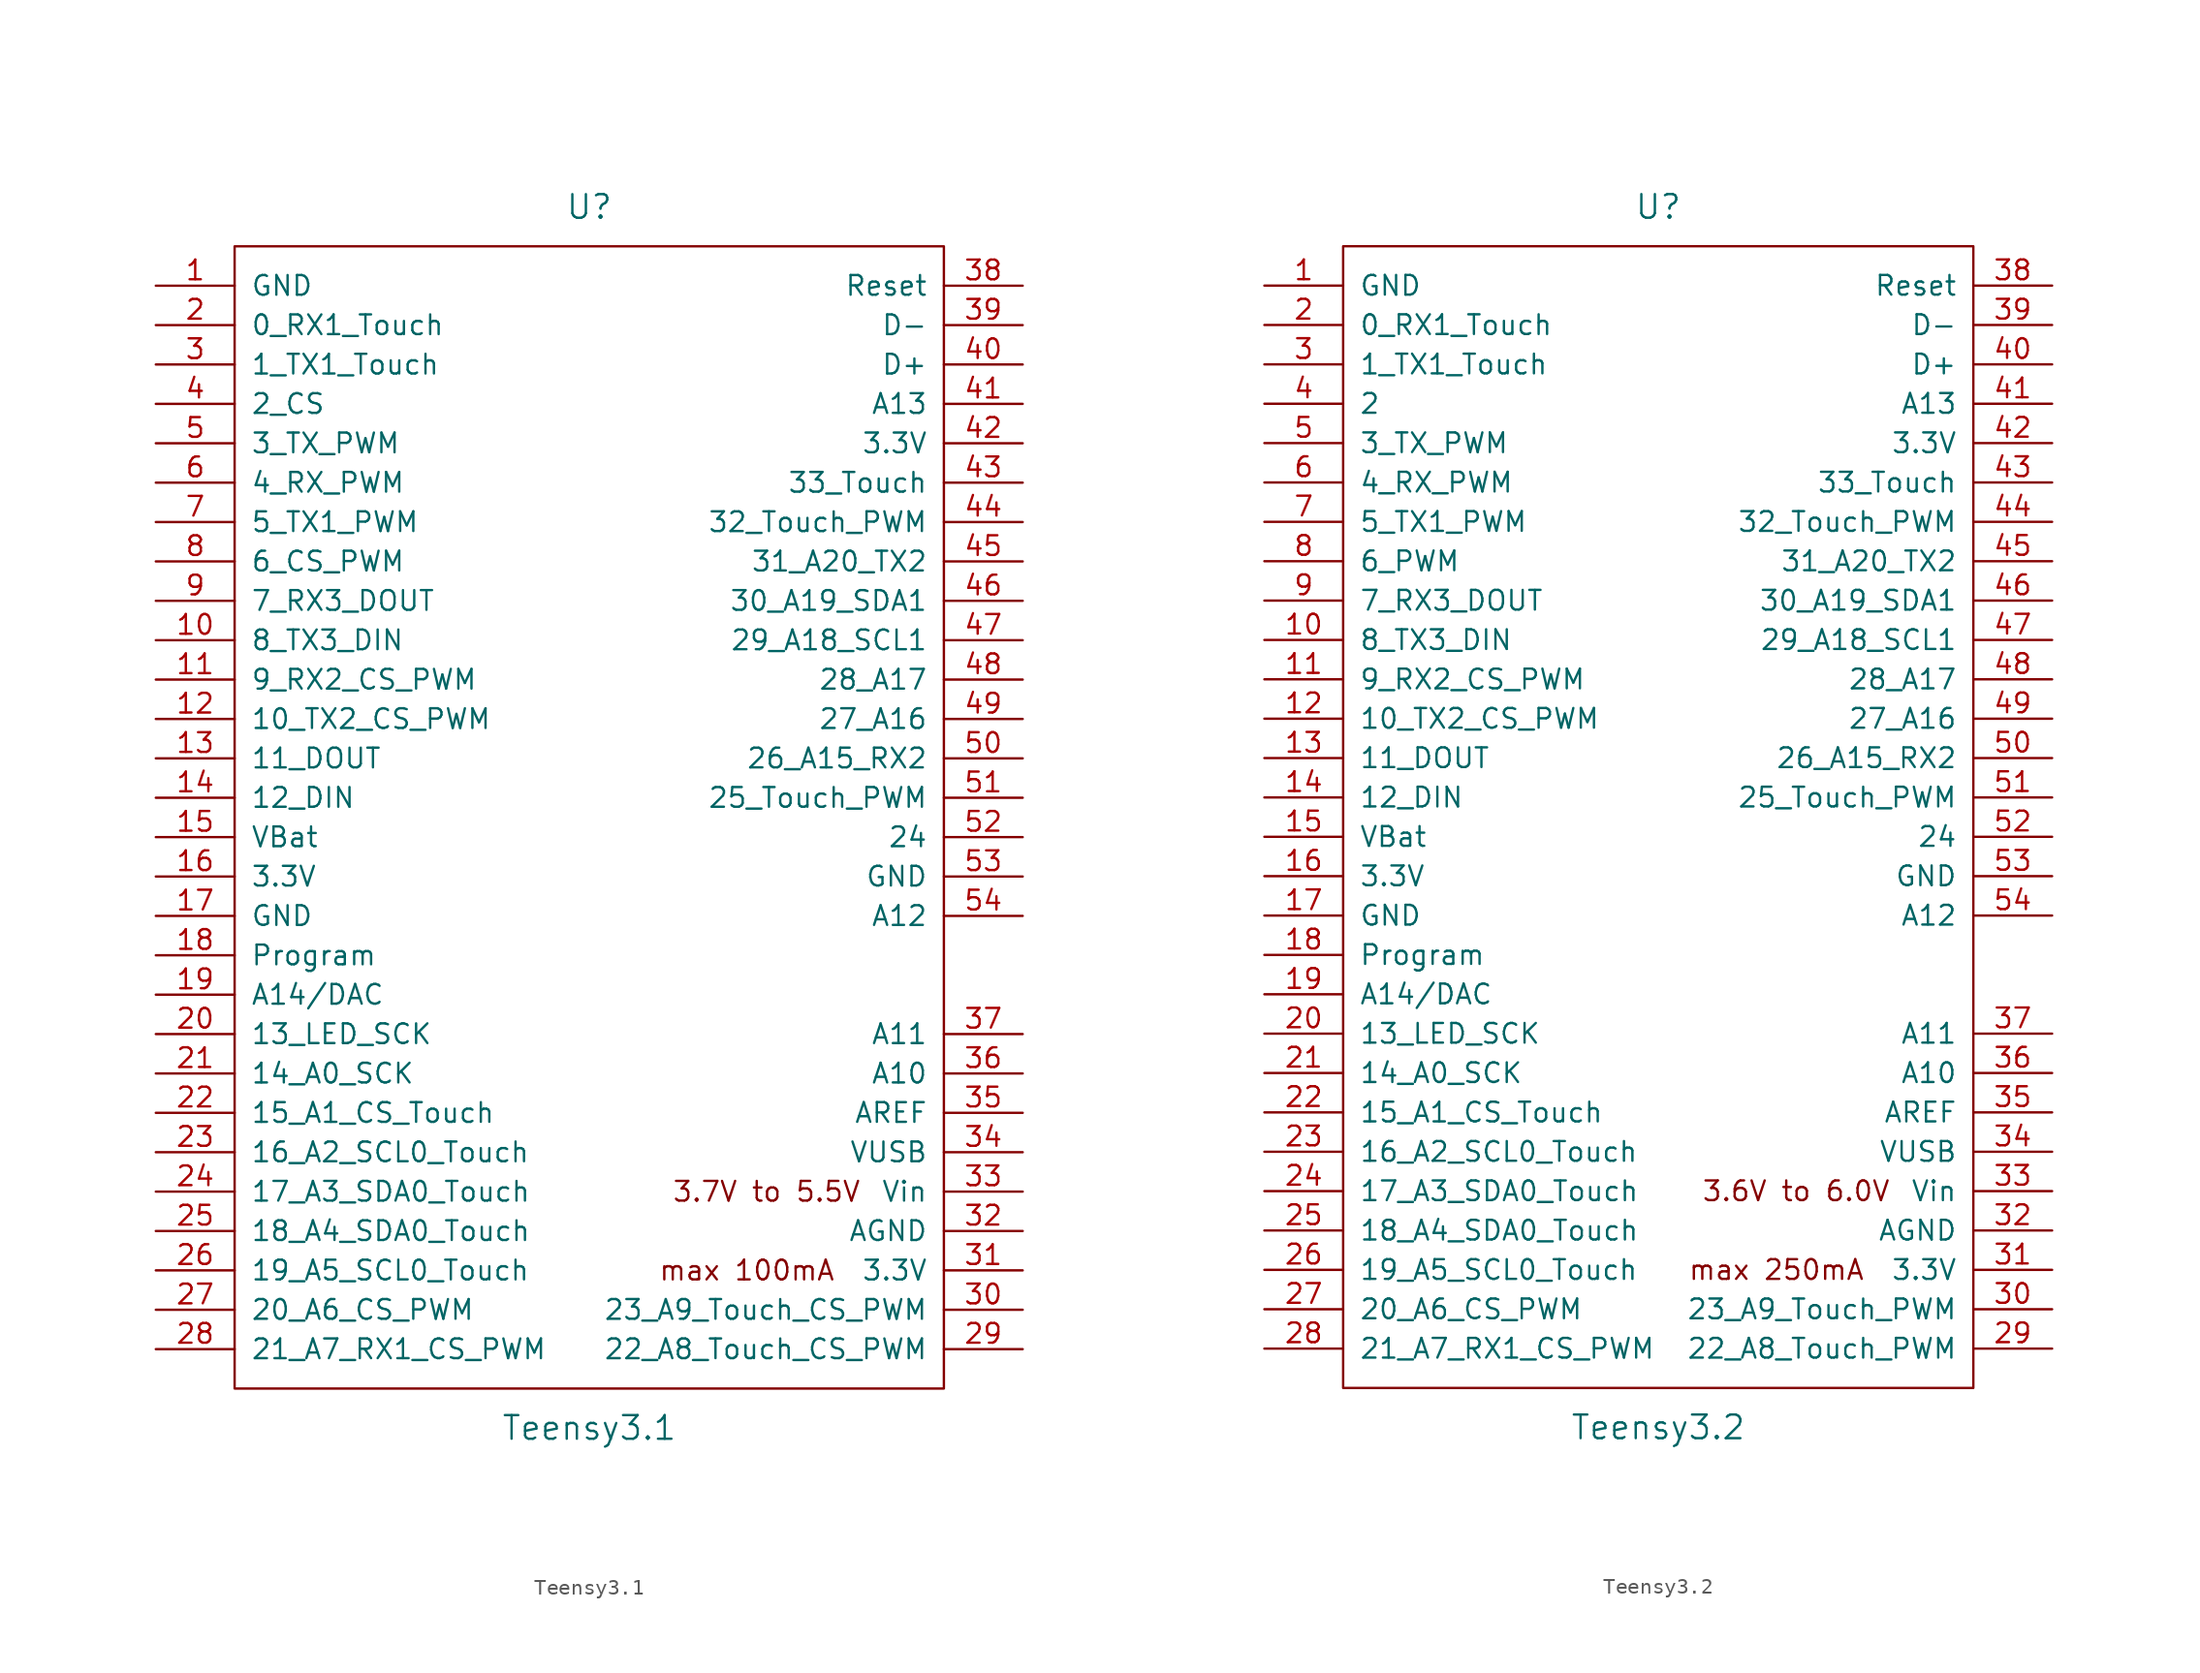
<source format=kicad_sym>
(kicad_symbol_lib
  (version 20241209)
  (generator "kicad_symbol_editor")
  (generator_version "9.0")
  (symbol "Teensy3.1"
    (pin_names
      (offset 1.016))
    (property "Reference" "U"
      (at 0 39.37 0)
      (effects (font (size 1.524 1.524))))
    (property "Value" "Teensy3.1"
      (at 0 -39.37 0)
      (effects (font (size 1.524 1.524))))
    (property "Footprint" ""
      (at 0 -19.05 0)
      (effects (font (size 1.524 1.524))))
    (property "Datasheet" ""
      (at 0 -19.05 0)
      (effects (font (size 1.524 1.524))))
    (symbol "Teensy3.1_0_0"
      (text "max 100mA" (at 10.16 -29.21 0) (effects (font (size 1.27 1.27))))
      (text "3.7V to 5.5V" (at 11.43 -24.13 0) (effects (font (size 1.27 1.27)))))
    (symbol "Teensy3.1_0_1"
      (rectangle (start -22.86 36.83) (end 22.86 -36.83) (stroke (width 0) (type solid)) (fill (type none))))
    (symbol "Teensy3.1_1_1"
      (pin power_in line (at -27.94 34.29 0) (length 5.08) (name "GND" (effects (font (size 1.27 1.27)))) (number "1" (effects (font (size 1.27 1.27)))))
      (pin bidirectional line (at -27.94 31.75 0) (length 5.08) (name "0_RX1_Touch" (effects (font (size 1.27 1.27)))) (number "2" (effects (font (size 1.27 1.27)))))
      (pin bidirectional line (at -27.94 29.21 0) (length 5.08) (name "1_TX1_Touch" (effects (font (size 1.27 1.27)))) (number "3" (effects (font (size 1.27 1.27)))))
      (pin bidirectional line (at -27.94 26.67 0) (length 5.08) (name "2_CS" (effects (font (size 1.27 1.27)))) (number "4" (effects (font (size 1.27 1.27)))))
      (pin bidirectional line (at -27.94 24.13 0) (length 5.08) (name "3_TX_PWM" (effects (font (size 1.27 1.27)))) (number "5" (effects (font (size 1.27 1.27)))))
      (pin bidirectional line (at -27.94 21.59 0) (length 5.08) (name "4_RX_PWM" (effects (font (size 1.27 1.27)))) (number "6" (effects (font (size 1.27 1.27)))))
      (pin bidirectional line (at -27.94 19.05 0) (length 5.08) (name "5_TX1_PWM" (effects (font (size 1.27 1.27)))) (number "7" (effects (font (size 1.27 1.27)))))
      (pin bidirectional line (at -27.94 16.51 0) (length 5.08) (name "6_CS_PWM" (effects (font (size 1.27 1.27)))) (number "8" (effects (font (size 1.27 1.27)))))
      (pin bidirectional line (at -27.94 13.97 0) (length 5.08) (name "7_RX3_DOUT" (effects (font (size 1.27 1.27)))) (number "9" (effects (font (size 1.27 1.27)))))
      (pin bidirectional line (at -27.94 11.43 0) (length 5.08) (name "8_TX3_DIN" (effects (font (size 1.27 1.27)))) (number "10" (effects (font (size 1.27 1.27)))))
      (pin bidirectional line (at -27.94 8.89 0) (length 5.08) (name "9_RX2_CS_PWM" (effects (font (size 1.27 1.27)))) (number "11" (effects (font (size 1.27 1.27)))))
      (pin bidirectional line (at -27.94 6.35 0) (length 5.08) (name "10_TX2_CS_PWM" (effects (font (size 1.27 1.27)))) (number "12" (effects (font (size 1.27 1.27)))))
      (pin bidirectional line (at -27.94 3.81 0) (length 5.08) (name "11_DOUT" (effects (font (size 1.27 1.27)))) (number "13" (effects (font (size 1.27 1.27)))))
      (pin bidirectional line (at -27.94 1.27 0) (length 5.08) (name "12_DIN" (effects (font (size 1.27 1.27)))) (number "14" (effects (font (size 1.27 1.27)))))
      (pin power_in line (at -27.94 -1.27 0) (length 5.08) (name "VBat" (effects (font (size 1.27 1.27)))) (number "15" (effects (font (size 1.27 1.27)))))
      (pin power_in line (at -27.94 -3.81 0) (length 5.08) (name "3.3V" (effects (font (size 1.27 1.27)))) (number "16" (effects (font (size 1.27 1.27)))))
      (pin power_in line (at -27.94 -6.35 0) (length 5.08) (name "GND" (effects (font (size 1.27 1.27)))) (number "17" (effects (font (size 1.27 1.27)))))
      (pin input line (at -27.94 -8.89 0) (length 5.08) (name "Program" (effects (font (size 1.27 1.27)))) (number "18" (effects (font (size 1.27 1.27)))))
      (pin bidirectional line (at -27.94 -11.43 0) (length 5.08) (name "A14/DAC" (effects (font (size 1.27 1.27)))) (number "19" (effects (font (size 1.27 1.27)))))
      (pin bidirectional line (at -27.94 -13.97 0) (length 5.08) (name "13_LED_SCK" (effects (font (size 1.27 1.27)))) (number "20" (effects (font (size 1.27 1.27)))))
      (pin bidirectional line (at -27.94 -16.51 0) (length 5.08) (name "14_A0_SCK" (effects (font (size 1.27 1.27)))) (number "21" (effects (font (size 1.27 1.27)))))
      (pin bidirectional line (at -27.94 -19.05 0) (length 5.08) (name "15_A1_CS_Touch" (effects (font (size 1.27 1.27)))) (number "22" (effects (font (size 1.27 1.27)))))
      (pin bidirectional line (at -27.94 -21.59 0) (length 5.08) (name "16_A2_SCL0_Touch" (effects (font (size 1.27 1.27)))) (number "23" (effects (font (size 1.27 1.27)))))
      (pin bidirectional line (at -27.94 -24.13 0) (length 5.08) (name "17_A3_SDA0_Touch" (effects (font (size 1.27 1.27)))) (number "24" (effects (font (size 1.27 1.27)))))
      (pin bidirectional line (at -27.94 -26.67 0) (length 5.08) (name "18_A4_SDA0_Touch" (effects (font (size 1.27 1.27)))) (number "25" (effects (font (size 1.27 1.27)))))
      (pin bidirectional line (at -27.94 -29.21 0) (length 5.08) (name "19_A5_SCL0_Touch" (effects (font (size 1.27 1.27)))) (number "26" (effects (font (size 1.27 1.27)))))
      (pin bidirectional line (at -27.94 -31.75 0) (length 5.08) (name "20_A6_CS_PWM" (effects (font (size 1.27 1.27)))) (number "27" (effects (font (size 1.27 1.27)))))
      (pin bidirectional line (at -27.94 -34.29 0) (length 5.08) (name "21_A7_RX1_CS_PWM" (effects (font (size 1.27 1.27)))) (number "28" (effects (font (size 1.27 1.27)))))
      (pin input line (at 27.94 34.29 180) (length 5.08) (name "Reset" (effects (font (size 1.27 1.27)))) (number "38" (effects (font (size 1.27 1.27)))))
      (pin bidirectional line (at 27.94 31.75 180) (length 5.08) (name "D-" (effects (font (size 1.27 1.27)))) (number "39" (effects (font (size 1.27 1.27)))))
      (pin bidirectional line (at 27.94 29.21 180) (length 5.08) (name "D+" (effects (font (size 1.27 1.27)))) (number "40" (effects (font (size 1.27 1.27)))))
      (pin bidirectional line (at 27.94 26.67 180) (length 5.08) (name "A13" (effects (font (size 1.27 1.27)))) (number "41" (effects (font (size 1.27 1.27)))))
      (pin power_in line (at 27.94 24.13 180) (length 5.08) (name "3.3V" (effects (font (size 1.27 1.27)))) (number "42" (effects (font (size 1.27 1.27)))))
      (pin bidirectional line (at 27.94 21.59 180) (length 5.08) (name "33_Touch" (effects (font (size 1.27 1.27)))) (number "43" (effects (font (size 1.27 1.27)))))
      (pin bidirectional line (at 27.94 19.05 180) (length 5.08) (name "32_Touch_PWM" (effects (font (size 1.27 1.27)))) (number "44" (effects (font (size 1.27 1.27)))))
      (pin bidirectional line (at 27.94 16.51 180) (length 5.08) (name "31_A20_TX2" (effects (font (size 1.27 1.27)))) (number "45" (effects (font (size 1.27 1.27)))))
      (pin bidirectional line (at 27.94 13.97 180) (length 5.08) (name "30_A19_SDA1" (effects (font (size 1.27 1.27)))) (number "46" (effects (font (size 1.27 1.27)))))
      (pin bidirectional line (at 27.94 11.43 180) (length 5.08) (name "29_A18_SCL1" (effects (font (size 1.27 1.27)))) (number "47" (effects (font (size 1.27 1.27)))))
      (pin bidirectional line (at 27.94 8.89 180) (length 5.08) (name "28_A17" (effects (font (size 1.27 1.27)))) (number "48" (effects (font (size 1.27 1.27)))))
      (pin bidirectional line (at 27.94 6.35 180) (length 5.08) (name "27_A16" (effects (font (size 1.27 1.27)))) (number "49" (effects (font (size 1.27 1.27)))))
      (pin bidirectional line (at 27.94 3.81 180) (length 5.08) (name "26_A15_RX2" (effects (font (size 1.27 1.27)))) (number "50" (effects (font (size 1.27 1.27)))))
      (pin bidirectional line (at 27.94 1.27 180) (length 5.08) (name "25_Touch_PWM" (effects (font (size 1.27 1.27)))) (number "51" (effects (font (size 1.27 1.27)))))
      (pin bidirectional line (at 27.94 -1.27 180) (length 5.08) (name "24" (effects (font (size 1.27 1.27)))) (number "52" (effects (font (size 1.27 1.27)))))
      (pin power_in line (at 27.94 -3.81 180) (length 5.08) (name "GND" (effects (font (size 1.27 1.27)))) (number "53" (effects (font (size 1.27 1.27)))))
      (pin bidirectional line (at 27.94 -6.35 180) (length 5.08) (name "A12" (effects (font (size 1.27 1.27)))) (number "54" (effects (font (size 1.27 1.27)))))
      (pin bidirectional line (at 27.94 -13.97 180) (length 5.08) (name "A11" (effects (font (size 1.27 1.27)))) (number "37" (effects (font (size 1.27 1.27)))))
      (pin bidirectional line (at 27.94 -16.51 180) (length 5.08) (name "A10" (effects (font (size 1.27 1.27)))) (number "36" (effects (font (size 1.27 1.27)))))
      (pin input line (at 27.94 -19.05 180) (length 5.08) (name "AREF" (effects (font (size 1.27 1.27)))) (number "35" (effects (font (size 1.27 1.27)))))
      (pin power_in line (at 27.94 -21.59 180) (length 5.08) (name "VUSB" (effects (font (size 1.27 1.27)))) (number "34" (effects (font (size 1.27 1.27)))))
      (pin power_in line (at 27.94 -24.13 180) (length 5.08) (name "Vin" (effects (font (size 1.27 1.27)))) (number "33" (effects (font (size 1.27 1.27)))))
      (pin power_out line (at 27.94 -26.67 180) (length 5.08) (name "AGND" (effects (font (size 1.27 1.27)))) (number "32" (effects (font (size 1.27 1.27)))))
      (pin power_out line (at 27.94 -29.21 180) (length 5.08) (name "3.3V" (effects (font (size 1.27 1.27)))) (number "31" (effects (font (size 1.27 1.27)))))
      (pin bidirectional line (at 27.94 -31.75 180) (length 5.08) (name "23_A9_Touch_CS_PWM" (effects (font (size 1.27 1.27)))) (number "30" (effects (font (size 1.27 1.27)))))
      (pin bidirectional line (at 27.94 -34.29 180) (length 5.08) (name "22_A8_Touch_CS_PWM" (effects (font (size 1.27 1.27)))) (number "29" (effects (font (size 1.27 1.27)))))))
  (symbol "Teensy3.2"
    (pin_names
      (offset 1.016))
    (property "Reference" "U"
      (at 0 39.37 0)
      (effects (font (size 1.524 1.524))))
    (property "Value" "Teensy3.2"
      (at 0 -39.37 0)
      (effects (font (size 1.524 1.524))))
    (property "Footprint" ""
      (at 0 -19.05 0)
      (effects (font (size 1.524 1.524))))
    (property "Datasheet" ""
      (at 0 -19.05 0)
      (effects (font (size 1.524 1.524))))
    (symbol "Teensy3.2_0_0"
      (text "max 250mA" (at 7.62 -29.21 0) (effects (font (size 1.27 1.27))))
      (text "3.6V to 6.0V" (at 8.89 -24.13 0) (effects (font (size 1.27 1.27)))))
    (symbol "Teensy3.2_0_1"
      (rectangle (start -20.32 -36.83) (end 20.32 36.83) (stroke (width 0) (type solid)) (fill (type none))))
    (symbol "Teensy3.2_1_1"
      (pin power_in line (at -25.4 34.29 0) (length 5.08) (name "GND" (effects (font (size 1.27 1.27)))) (number "1" (effects (font (size 1.27 1.27)))))
      (pin bidirectional line (at -25.4 31.75 0) (length 5.08) (name "0_RX1_Touch" (effects (font (size 1.27 1.27)))) (number "2" (effects (font (size 1.27 1.27)))))
      (pin bidirectional line (at -25.4 29.21 0) (length 5.08) (name "1_TX1_Touch" (effects (font (size 1.27 1.27)))) (number "3" (effects (font (size 1.27 1.27)))))
      (pin bidirectional line (at -25.4 26.67 0) (length 5.08) (name "2" (effects (font (size 1.27 1.27)))) (number "4" (effects (font (size 1.27 1.27)))))
      (pin bidirectional line (at -25.4 24.13 0) (length 5.08) (name "3_TX_PWM" (effects (font (size 1.27 1.27)))) (number "5" (effects (font (size 1.27 1.27)))))
      (pin bidirectional line (at -25.4 21.59 0) (length 5.08) (name "4_RX_PWM" (effects (font (size 1.27 1.27)))) (number "6" (effects (font (size 1.27 1.27)))))
      (pin bidirectional line (at -25.4 19.05 0) (length 5.08) (name "5_TX1_PWM" (effects (font (size 1.27 1.27)))) (number "7" (effects (font (size 1.27 1.27)))))
      (pin bidirectional line (at -25.4 16.51 0) (length 5.08) (name "6_PWM" (effects (font (size 1.27 1.27)))) (number "8" (effects (font (size 1.27 1.27)))))
      (pin bidirectional line (at -25.4 13.97 0) (length 5.08) (name "7_RX3_DOUT" (effects (font (size 1.27 1.27)))) (number "9" (effects (font (size 1.27 1.27)))))
      (pin bidirectional line (at -25.4 11.43 0) (length 5.08) (name "8_TX3_DIN" (effects (font (size 1.27 1.27)))) (number "10" (effects (font (size 1.27 1.27)))))
      (pin bidirectional line (at -25.4 8.89 0) (length 5.08) (name "9_RX2_CS_PWM" (effects (font (size 1.27 1.27)))) (number "11" (effects (font (size 1.27 1.27)))))
      (pin bidirectional line (at -25.4 6.35 0) (length 5.08) (name "10_TX2_CS_PWM" (effects (font (size 1.27 1.27)))) (number "12" (effects (font (size 1.27 1.27)))))
      (pin bidirectional line (at -25.4 3.81 0) (length 5.08) (name "11_DOUT" (effects (font (size 1.27 1.27)))) (number "13" (effects (font (size 1.27 1.27)))))
      (pin bidirectional line (at -25.4 1.27 0) (length 5.08) (name "12_DIN" (effects (font (size 1.27 1.27)))) (number "14" (effects (font (size 1.27 1.27)))))
      (pin power_in line (at -25.4 -1.27 0) (length 5.08) (name "VBat" (effects (font (size 1.27 1.27)))) (number "15" (effects (font (size 1.27 1.27)))))
      (pin power_out line (at -25.4 -3.81 0) (length 5.08) (name "3.3V" (effects (font (size 1.27 1.27)))) (number "16" (effects (font (size 1.27 1.27)))))
      (pin power_in line (at -25.4 -6.35 0) (length 5.08) (name "GND" (effects (font (size 1.27 1.27)))) (number "17" (effects (font (size 1.27 1.27)))))
      (pin input line (at -25.4 -8.89 0) (length 5.08) (name "Program" (effects (font (size 1.27 1.27)))) (number "18" (effects (font (size 1.27 1.27)))))
      (pin bidirectional line (at -25.4 -11.43 0) (length 5.08) (name "A14/DAC" (effects (font (size 1.27 1.27)))) (number "19" (effects (font (size 1.27 1.27)))))
      (pin bidirectional line (at -25.4 -13.97 0) (length 5.08) (name "13_LED_SCK" (effects (font (size 1.27 1.27)))) (number "20" (effects (font (size 1.27 1.27)))))
      (pin bidirectional line (at -25.4 -16.51 0) (length 5.08) (name "14_A0_SCK" (effects (font (size 1.27 1.27)))) (number "21" (effects (font (size 1.27 1.27)))))
      (pin bidirectional line (at -25.4 -19.05 0) (length 5.08) (name "15_A1_CS_Touch" (effects (font (size 1.27 1.27)))) (number "22" (effects (font (size 1.27 1.27)))))
      (pin bidirectional line (at -25.4 -21.59 0) (length 5.08) (name "16_A2_SCL0_Touch" (effects (font (size 1.27 1.27)))) (number "23" (effects (font (size 1.27 1.27)))))
      (pin bidirectional line (at -25.4 -24.13 0) (length 5.08) (name "17_A3_SDA0_Touch" (effects (font (size 1.27 1.27)))) (number "24" (effects (font (size 1.27 1.27)))))
      (pin bidirectional line (at -25.4 -26.67 0) (length 5.08) (name "18_A4_SDA0_Touch" (effects (font (size 1.27 1.27)))) (number "25" (effects (font (size 1.27 1.27)))))
      (pin bidirectional line (at -25.4 -29.21 0) (length 5.08) (name "19_A5_SCL0_Touch" (effects (font (size 1.27 1.27)))) (number "26" (effects (font (size 1.27 1.27)))))
      (pin bidirectional line (at -25.4 -31.75 0) (length 5.08) (name "20_A6_CS_PWM" (effects (font (size 1.27 1.27)))) (number "27" (effects (font (size 1.27 1.27)))))
      (pin bidirectional line (at -25.4 -34.29 0) (length 5.08) (name "21_A7_RX1_CS_PWM" (effects (font (size 1.27 1.27)))) (number "28" (effects (font (size 1.27 1.27)))))
      (pin input line (at 25.4 34.29 180) (length 5.08) (name "Reset" (effects (font (size 1.27 1.27)))) (number "38" (effects (font (size 1.27 1.27)))))
      (pin bidirectional line (at 25.4 31.75 180) (length 5.08) (name "D-" (effects (font (size 1.27 1.27)))) (number "39" (effects (font (size 1.27 1.27)))))
      (pin bidirectional line (at 25.4 29.21 180) (length 5.08) (name "D+" (effects (font (size 1.27 1.27)))) (number "40" (effects (font (size 1.27 1.27)))))
      (pin bidirectional line (at 25.4 26.67 180) (length 5.08) (name "A13" (effects (font (size 1.27 1.27)))) (number "41" (effects (font (size 1.27 1.27)))))
      (pin power_out line (at 25.4 24.13 180) (length 5.08) (name "3.3V" (effects (font (size 1.27 1.27)))) (number "42" (effects (font (size 1.27 1.27)))))
      (pin bidirectional line (at 25.4 21.59 180) (length 5.08) (name "33_Touch" (effects (font (size 1.27 1.27)))) (number "43" (effects (font (size 1.27 1.27)))))
      (pin bidirectional line (at 25.4 19.05 180) (length 5.08) (name "32_Touch_PWM" (effects (font (size 1.27 1.27)))) (number "44" (effects (font (size 1.27 1.27)))))
      (pin bidirectional line (at 25.4 16.51 180) (length 5.08) (name "31_A20_TX2" (effects (font (size 1.27 1.27)))) (number "45" (effects (font (size 1.27 1.27)))))
      (pin bidirectional line (at 25.4 13.97 180) (length 5.08) (name "30_A19_SDA1" (effects (font (size 1.27 1.27)))) (number "46" (effects (font (size 1.27 1.27)))))
      (pin bidirectional line (at 25.4 11.43 180) (length 5.08) (name "29_A18_SCL1" (effects (font (size 1.27 1.27)))) (number "47" (effects (font (size 1.27 1.27)))))
      (pin bidirectional line (at 25.4 8.89 180) (length 5.08) (name "28_A17" (effects (font (size 1.27 1.27)))) (number "48" (effects (font (size 1.27 1.27)))))
      (pin bidirectional line (at 25.4 6.35 180) (length 5.08) (name "27_A16" (effects (font (size 1.27 1.27)))) (number "49" (effects (font (size 1.27 1.27)))))
      (pin bidirectional line (at 25.4 3.81 180) (length 5.08) (name "26_A15_RX2" (effects (font (size 1.27 1.27)))) (number "50" (effects (font (size 1.27 1.27)))))
      (pin bidirectional line (at 25.4 1.27 180) (length 5.08) (name "25_Touch_PWM" (effects (font (size 1.27 1.27)))) (number "51" (effects (font (size 1.27 1.27)))))
      (pin bidirectional line (at 25.4 -1.27 180) (length 5.08) (name "24" (effects (font (size 1.27 1.27)))) (number "52" (effects (font (size 1.27 1.27)))))
      (pin power_in line (at 25.4 -3.81 180) (length 5.08) (name "GND" (effects (font (size 1.27 1.27)))) (number "53" (effects (font (size 1.27 1.27)))))
      (pin bidirectional line (at 25.4 -6.35 180) (length 5.08) (name "A12" (effects (font (size 1.27 1.27)))) (number "54" (effects (font (size 1.27 1.27)))))
      (pin bidirectional line (at 25.4 -13.97 180) (length 5.08) (name "A11" (effects (font (size 1.27 1.27)))) (number "37" (effects (font (size 1.27 1.27)))))
      (pin bidirectional line (at 25.4 -16.51 180) (length 5.08) (name "A10" (effects (font (size 1.27 1.27)))) (number "36" (effects (font (size 1.27 1.27)))))
      (pin input line (at 25.4 -19.05 180) (length 5.08) (name "AREF" (effects (font (size 1.27 1.27)))) (number "35" (effects (font (size 1.27 1.27)))))
      (pin power_in line (at 25.4 -21.59 180) (length 5.08) (name "VUSB" (effects (font (size 1.27 1.27)))) (number "34" (effects (font (size 1.27 1.27)))))
      (pin power_in line (at 25.4 -24.13 180) (length 5.08) (name "Vin" (effects (font (size 1.27 1.27)))) (number "33" (effects (font (size 1.27 1.27)))))
      (pin power_out line (at 25.4 -26.67 180) (length 5.08) (name "AGND" (effects (font (size 1.27 1.27)))) (number "32" (effects (font (size 1.27 1.27)))))
      (pin power_out line (at 25.4 -29.21 180) (length 5.08) (name "3.3V" (effects (font (size 1.27 1.27)))) (number "31" (effects (font (size 1.27 1.27)))))
      (pin bidirectional line (at 25.4 -31.75 180) (length 5.08) (name "23_A9_Touch_PWM" (effects (font (size 1.27 1.27)))) (number "30" (effects (font (size 1.27 1.27)))))
      (pin bidirectional line (at 25.4 -34.29 180) (length 5.08) (name "22_A8_Touch_PWM" (effects (font (size 1.27 1.27)))) (number "29" (effects (font (size 1.27 1.27))))))))
</source>
